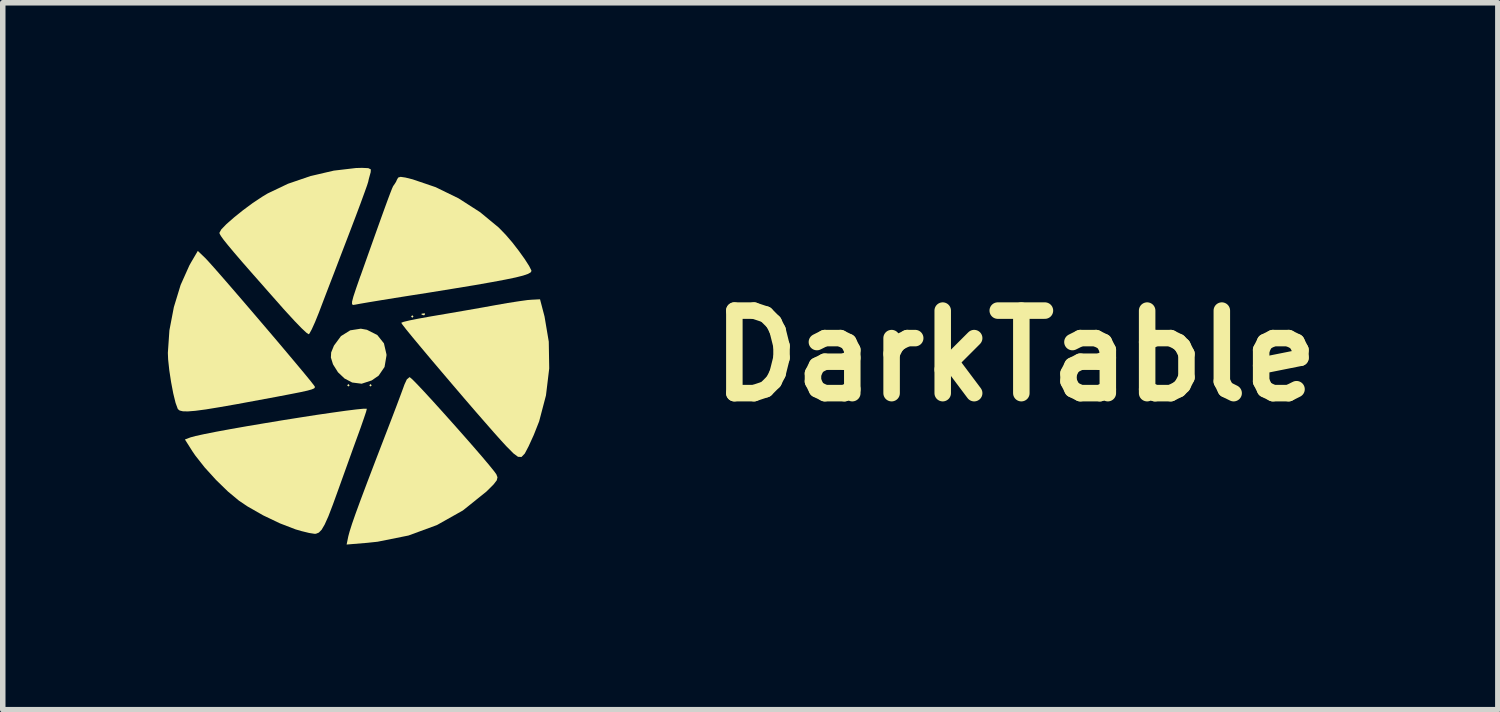
<source format=kicad_pcb>
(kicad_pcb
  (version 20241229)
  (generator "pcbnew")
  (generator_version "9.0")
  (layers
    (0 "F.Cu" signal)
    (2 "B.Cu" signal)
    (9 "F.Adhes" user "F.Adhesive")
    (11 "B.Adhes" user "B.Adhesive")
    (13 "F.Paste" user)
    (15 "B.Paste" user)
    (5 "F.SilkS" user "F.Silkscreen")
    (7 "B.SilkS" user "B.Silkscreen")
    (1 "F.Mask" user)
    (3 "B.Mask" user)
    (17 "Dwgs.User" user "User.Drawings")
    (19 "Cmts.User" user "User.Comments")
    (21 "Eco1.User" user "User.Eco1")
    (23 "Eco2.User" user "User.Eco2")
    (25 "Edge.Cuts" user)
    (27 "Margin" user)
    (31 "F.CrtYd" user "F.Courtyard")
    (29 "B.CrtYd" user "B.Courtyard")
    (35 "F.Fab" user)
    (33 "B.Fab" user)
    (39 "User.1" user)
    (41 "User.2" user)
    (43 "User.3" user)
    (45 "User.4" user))
  (footprint "DarkTable"
    (layer "F.Cu")
    (at 15.4 3.415)
    (property "Reference" "DarkTable" (at 0 0 0) (layer "F.SilkS") (effects (font (size 1.5 1.5) (thickness 0.3))))
    (attr board_only exclude_from_pos_files exclude_from_bom)
    (fp_poly (pts (xy -12.097 0.536) (xy -12.12 0.558) (xy -12.142 0.536) (xy -12.12 0.513)) (stroke (width 0) (type solid)) (fill yes) (layer "F.SilkS"))
    (fp_poly (pts (xy -11.696 0.536) (xy -11.718 0.558) (xy -11.74 0.536) (xy -11.718 0.513)) (stroke (width 0) (type solid)) (fill yes) (layer "F.SilkS"))
    (fp_poly (pts (xy -10.937 -0.714) (xy -10.959 -0.692) (xy -10.981 -0.714) (xy -10.959 -0.737)) (stroke (width 0) (type solid)) (fill yes) (layer "F.SilkS"))
    (fp_poly (pts (xy -10.728 -0.766) (xy -10.735 -0.74) (xy -10.758 -0.737) (xy -10.795 -0.753) (xy -10.788 -0.766) (xy -10.735 -0.772)) (stroke (width 0) (type solid)) (fill yes) (layer "F.SilkS"))
    (fp_poly (pts (xy -11.783 -0.473) (xy -11.594 -0.377) (xy -11.474 -0.226) (xy -11.428 -0.026) (xy -11.428 -0.004) (xy -11.463 0.203) (xy -11.57 0.36) (xy -11.696 0.447) (xy -11.879 0.507) (xy -12.051 0.485) (xy -12.19 0.412) (xy -12.309 0.299) (xy -12.397 0.159) (xy -12.402 0.147) (xy -12.438 0.031) (xy -12.433 -0.061) (xy -12.385 -0.179) (xy -12.381 -0.187) (xy -12.255 -0.358) (xy -12.087 -0.463) (xy -11.894 -0.493)) (stroke (width 0) (type solid)) (fill yes) (layer "F.SilkS"))
    (fp_poly (pts (xy -11.004 0.389) (xy -10.961 0.425) (xy -10.87 0.517) (xy -10.74 0.655) (xy -10.581 0.828) (xy -10.403 1.025) (xy -10.215 1.235) (xy -10.027 1.447) (xy -9.849 1.65) (xy -9.691 1.833) (xy -9.562 1.986) (xy -9.472 2.097) (xy -9.432 2.152) (xy -9.411 2.207) (xy -9.424 2.262) (xy -9.481 2.336) (xy -9.593 2.448) (xy -9.616 2.47) (xy -10.04 2.81) (xy -10.511 3.075) (xy -11.028 3.265) (xy -11.59 3.378) (xy -11.779 3.398) (xy -12.152 3.429) (xy -12.121 3.277) (xy -12.097 3.189) (xy -12.054 3.053) (xy -11.988 2.864) (xy -11.897 2.616) (xy -11.779 2.302) (xy -11.633 1.919) (xy -11.456 1.459) (xy -11.427 1.384) (xy -11.332 1.137) (xy -11.245 0.909) (xy -11.173 0.717) (xy -11.122 0.579) (xy -11.102 0.523) (xy -11.058 0.428) (xy -11.01 0.388)) (stroke (width 0) (type solid)) (fill yes) (layer "F.SilkS"))
    (fp_poly (pts (xy -8.556 -0.714) (xy -8.479 -0.257) (xy -8.471 0.229) (xy -8.53 0.719) (xy -8.654 1.191) (xy -8.752 1.439) (xy -8.846 1.645) (xy -8.915 1.776) (xy -8.975 1.838) (xy -9.038 1.835) (xy -9.119 1.775) (xy -9.232 1.661) (xy -9.252 1.641) (xy -9.341 1.544) (xy -9.47 1.4) (xy -9.631 1.216) (xy -9.816 1.004) (xy -10.015 0.773) (xy -10.221 0.532) (xy -10.426 0.291) (xy -10.621 0.061) (xy -10.798 -0.15) (xy -10.949 -0.331) (xy -11.065 -0.473) (xy -11.138 -0.567) (xy -11.16 -0.6) (xy -11.118 -0.617) (xy -11.005 -0.644) (xy -10.834 -0.678) (xy -10.623 -0.716) (xy -10.546 -0.729) (xy -10.264 -0.777) (xy -9.958 -0.83) (xy -9.667 -0.881) (xy -9.441 -0.922) (xy -9.225 -0.96) (xy -9.025 -0.991) (xy -8.868 -1.013) (xy -8.794 -1.019) (xy -8.638 -1.027)) (stroke (width 0) (type solid)) (fill yes) (layer "F.SilkS"))
    (fp_poly (pts (xy -14.723 -1.779) (xy -14.664 -1.716) (xy -14.559 -1.599) (xy -14.416 -1.436) (xy -14.244 -1.238) (xy -14.051 -1.014) (xy -13.845 -0.774) (xy -13.635 -0.528) (xy -13.428 -0.285) (xy -13.234 -0.055) (xy -13.06 0.152) (xy -12.915 0.326) (xy -12.806 0.459) (xy -12.744 0.539) (xy -12.731 0.557) (xy -12.729 0.575) (xy -12.743 0.592) (xy -12.785 0.61) (xy -12.863 0.632) (xy -12.989 0.66) (xy -13.172 0.696) (xy -13.423 0.744) (xy -13.741 0.803) (xy -14.14 0.877) (xy -14.46 0.933) (xy -14.71 0.974) (xy -14.899 0.999) (xy -15.036 1.01) (xy -15.128 1.008) (xy -15.186 0.994) (xy -15.217 0.969) (xy -15.221 0.962) (xy -15.26 0.855) (xy -15.302 0.684) (xy -15.341 0.479) (xy -15.374 0.264) (xy -15.395 0.068) (xy -15.4 -0.054) (xy -15.372 -0.463) (xy -15.291 -0.885) (xy -15.168 -1.288) (xy -15.009 -1.643) (xy -14.977 -1.7) (xy -14.856 -1.906)) (stroke (width 0) (type solid)) (fill yes) (layer "F.SilkS"))
    (fp_poly (pts (xy -11.787 0.962) (xy -11.785 0.964) (xy -11.799 1.019) (xy -11.839 1.138) (xy -11.896 1.302) (xy -11.945 1.437) (xy -12.028 1.665) (xy -12.126 1.938) (xy -12.227 2.219) (xy -12.297 2.414) (xy -12.401 2.701) (xy -12.483 2.915) (xy -12.55 3.064) (xy -12.606 3.16) (xy -12.657 3.212) (xy -12.709 3.233) (xy -12.735 3.234) (xy -12.832 3.219) (xy -12.975 3.184) (xy -13.081 3.153) (xy -13.364 3.044) (xy -13.668 2.899) (xy -13.952 2.737) (xy -14.107 2.633) (xy -14.308 2.466) (xy -14.525 2.255) (xy -14.732 2.027) (xy -14.902 1.811) (xy -14.952 1.738) (xy -15.09 1.52) (xy -14.989 1.482) (xy -14.897 1.457) (xy -14.737 1.422) (xy -14.52 1.379) (xy -14.259 1.331) (xy -13.964 1.279) (xy -13.649 1.226) (xy -13.324 1.172) (xy -13.002 1.121) (xy -12.694 1.073) (xy -12.412 1.032) (xy -12.169 0.998) (xy -11.976 0.974) (xy -11.844 0.961)) (stroke (width 0) (type solid)) (fill yes) (layer "F.SilkS"))
    (fp_poly (pts (xy -11.758 -3.41) (xy -11.712 -3.387) (xy -11.715 -3.336) (xy -11.717 -3.329) (xy -11.749 -3.212) (xy -11.76 -3.162) (xy -11.78 -3.098) (xy -11.828 -2.964) (xy -11.898 -2.772) (xy -11.986 -2.537) (xy -12.088 -2.269) (xy -12.145 -2.12) (xy -12.261 -1.818) (xy -12.375 -1.519) (xy -12.482 -1.242) (xy -12.573 -1.004) (xy -12.641 -0.825) (xy -12.657 -0.783) (xy -12.725 -0.615) (xy -12.785 -0.482) (xy -12.828 -0.404) (xy -12.84 -0.392) (xy -12.882 -0.419) (xy -12.971 -0.502) (xy -13.095 -0.63) (xy -13.242 -0.79) (xy -13.303 -0.857) (xy -13.603 -1.197) (xy -13.849 -1.476) (xy -14.046 -1.701) (xy -14.197 -1.877) (xy -14.309 -2.011) (xy -14.387 -2.108) (xy -14.435 -2.175) (xy -14.459 -2.217) (xy -14.463 -2.236) (xy -14.429 -2.297) (xy -14.335 -2.394) (xy -14.198 -2.514) (xy -14.034 -2.646) (xy -13.858 -2.776) (xy -13.685 -2.891) (xy -13.587 -2.95) (xy -13.218 -3.126) (xy -12.806 -3.267) (xy -12.384 -3.365) (xy -11.983 -3.412) (xy -11.874 -3.415)) (stroke (width 0) (type solid)) (fill yes) (layer "F.SilkS"))
    (fp_poly (pts (xy -11.083 -3.239) (xy -10.951 -3.206) (xy -10.534 -3.064) (xy -10.118 -2.861) (xy -9.727 -2.61) (xy -9.388 -2.33) (xy -9.262 -2.2) (xy -9.143 -2.062) (xy -9.024 -1.908) (xy -8.917 -1.759) (xy -8.837 -1.634) (xy -8.796 -1.553) (xy -8.794 -1.54) (xy -8.809 -1.515) (xy -8.857 -1.488) (xy -8.945 -1.458) (xy -9.08 -1.424) (xy -9.268 -1.385) (xy -9.514 -1.339) (xy -9.826 -1.284) (xy -10.209 -1.221) (xy -10.671 -1.146) (xy -11.004 -1.094) (xy -11.281 -1.05) (xy -11.534 -1.009) (xy -11.746 -0.974) (xy -11.903 -0.947) (xy -11.989 -0.931) (xy -11.995 -0.93) (xy -12.034 -0.924) (xy -12.054 -0.938) (xy -12.053 -0.985) (xy -12.029 -1.077) (xy -11.979 -1.228) (xy -11.902 -1.449) (xy -11.898 -1.457) (xy -11.75 -1.874) (xy -11.629 -2.214) (xy -11.532 -2.485) (xy -11.456 -2.695) (xy -11.399 -2.851) (xy -11.357 -2.962) (xy -11.328 -3.036) (xy -11.309 -3.079) (xy -11.296 -3.099) (xy -11.293 -3.102) (xy -11.255 -3.16) (xy -11.238 -3.199) (xy -11.215 -3.239) (xy -11.171 -3.252)) (stroke (width 0) (type solid)) (fill yes) (layer "F.SilkS")))
  (gr_rect
    (start -3 -3)
    (end 24.165 9.844)
    (stroke (width 0.1) (type default))
    (fill no)
    (layer "Edge.Cuts")))
</source>
